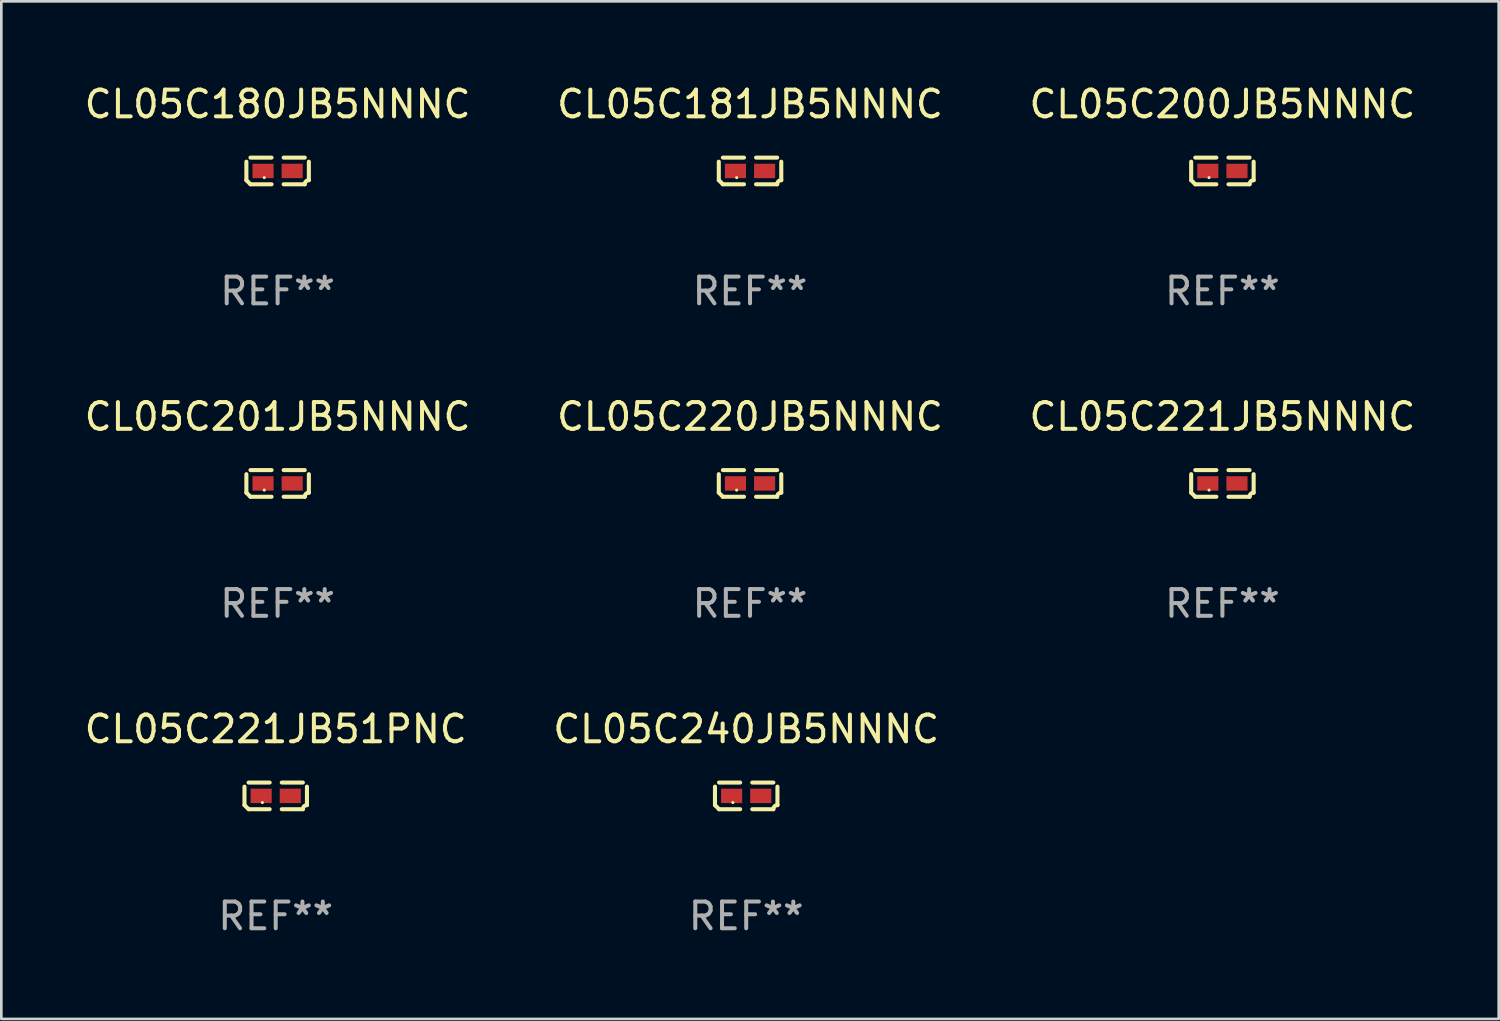
<source format=kicad_pcb>
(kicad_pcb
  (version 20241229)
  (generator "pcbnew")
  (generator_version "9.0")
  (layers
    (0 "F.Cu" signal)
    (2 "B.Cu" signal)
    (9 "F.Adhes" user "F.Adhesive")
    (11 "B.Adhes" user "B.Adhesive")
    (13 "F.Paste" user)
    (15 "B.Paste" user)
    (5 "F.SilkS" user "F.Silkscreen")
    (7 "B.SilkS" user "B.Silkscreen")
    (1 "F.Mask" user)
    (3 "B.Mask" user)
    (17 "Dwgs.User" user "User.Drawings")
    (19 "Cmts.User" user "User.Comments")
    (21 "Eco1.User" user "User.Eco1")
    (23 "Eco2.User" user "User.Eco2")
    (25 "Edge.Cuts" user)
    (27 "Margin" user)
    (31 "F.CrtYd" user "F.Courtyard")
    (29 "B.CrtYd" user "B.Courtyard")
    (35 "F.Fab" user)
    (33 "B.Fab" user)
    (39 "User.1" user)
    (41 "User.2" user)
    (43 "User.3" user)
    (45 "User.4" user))
  (footprint "CL05C221JB51PNC"
    (layer "F.Cu")
    (at 7.268 26.734)
    (property "Reference" "CL05C221JB51PNC" (at 0 -2.499 0) (layer "F.SilkS") (effects (font (size 1 1) (thickness 0.15))))
    (attr through_hole)
    (fp_line (start -1.169 0.346) (end -1.169 -0.346) (stroke (width 0.152) (type solid)) (layer "F.SilkS"))
    (fp_line (start -1.016 -0.499) (end -0.226 -0.499) (stroke (width 0.152) (type solid)) (layer "F.SilkS"))
    (fp_line (start -0.226 0.499) (end -1.016 0.499) (stroke (width 0.152) (type solid)) (layer "F.SilkS"))
    (fp_line (start 0.226 0.499) (end 1.016 0.499) (stroke (width 0.152) (type solid)) (layer "F.SilkS"))
    (fp_line (start 1.016 -0.499) (end 0.226 -0.499) (stroke (width 0.152) (type solid)) (layer "F.SilkS"))
    (fp_line (start 1.169 0.346) (end 1.169 -0.346) (stroke (width 0.152) (type solid)) (layer "F.SilkS"))
    (fp_arc (start -1.016307 0.498603) (mid -1.092512 0.422405) (end -1.16871 0.3462) (stroke (width 0.1524) (type solid)) (layer "F.SilkS"))
    (fp_arc (start 1.016307 0.498603) (mid 1.060899 0.390758) (end 1.168707 0.346076) (stroke (width 0.1524) (type solid)) (layer "F.SilkS"))
    (fp_circle (center -0.5 0.25) (end -0.47 0.25) (stroke (width 0.06) (type solid)) (fill no) (layer "F.SilkS"))
    (fp_text user "REF**" (at 0 4.499 0) (layer "F.Fab") (effects (font (size 1 1) (thickness 0.15))))
    (pad "1" smd rect (at -0.545 0) (size 0.79 0.54) (layers "F.Cu" "F.Mask" "F.Paste"))
    (pad "2" smd rect (at 0.545 0) (size 0.79 0.54) (layers "F.Cu" "F.Mask" "F.Paste")))
  (footprint "CL05C220JB5NNNC"
    (layer "F.Cu")
    (at 25.018 15.041)
    (property "Reference" "CL05C220JB5NNNC" (at 0 -2.499 0) (layer "F.SilkS") (effects (font (size 1 1) (thickness 0.15))))
    (attr through_hole)
    (fp_line (start -1.169 0.346) (end -1.169 -0.346) (stroke (width 0.152) (type solid)) (layer "F.SilkS"))
    (fp_line (start -1.016 -0.499) (end -0.226 -0.499) (stroke (width 0.152) (type solid)) (layer "F.SilkS"))
    (fp_line (start -0.226 0.499) (end -1.016 0.499) (stroke (width 0.152) (type solid)) (layer "F.SilkS"))
    (fp_line (start 0.226 0.499) (end 1.016 0.499) (stroke (width 0.152) (type solid)) (layer "F.SilkS"))
    (fp_line (start 1.016 -0.499) (end 0.226 -0.499) (stroke (width 0.152) (type solid)) (layer "F.SilkS"))
    (fp_line (start 1.169 0.346) (end 1.169 -0.346) (stroke (width 0.152) (type solid)) (layer "F.SilkS"))
    (fp_arc (start -1.016307 0.498603) (mid -1.092512 0.422405) (end -1.16871 0.3462) (stroke (width 0.1524) (type solid)) (layer "F.SilkS"))
    (fp_arc (start 1.016307 0.498603) (mid 1.060899 0.390758) (end 1.168707 0.346076) (stroke (width 0.1524) (type solid)) (layer "F.SilkS"))
    (fp_circle (center -0.5 0.25) (end -0.47 0.25) (stroke (width 0.06) (type solid)) (fill no) (layer "F.SilkS"))
    (fp_text user "REF**" (at 0 4.499 0) (layer "F.Fab") (effects (font (size 1 1) (thickness 0.15))))
    (pad "1" smd rect (at -0.545 0) (size 0.79 0.54) (layers "F.Cu" "F.Mask" "F.Paste"))
    (pad "2" smd rect (at 0.545 0) (size 0.79 0.54) (layers "F.Cu" "F.Mask" "F.Paste")))
  (footprint "CL05C240JB5NNNC"
    (layer "F.Cu")
    (at 24.875 26.734)
    (property "Reference" "CL05C240JB5NNNC" (at 0 -2.499 0) (layer "F.SilkS") (effects (font (size 1 1) (thickness 0.15))))
    (attr through_hole)
    (fp_line (start -1.169 0.346) (end -1.169 -0.346) (stroke (width 0.152) (type solid)) (layer "F.SilkS"))
    (fp_line (start -1.016 -0.499) (end -0.226 -0.499) (stroke (width 0.152) (type solid)) (layer "F.SilkS"))
    (fp_line (start -0.226 0.499) (end -1.016 0.499) (stroke (width 0.152) (type solid)) (layer "F.SilkS"))
    (fp_line (start 0.226 0.499) (end 1.016 0.499) (stroke (width 0.152) (type solid)) (layer "F.SilkS"))
    (fp_line (start 1.016 -0.499) (end 0.226 -0.499) (stroke (width 0.152) (type solid)) (layer "F.SilkS"))
    (fp_line (start 1.169 0.346) (end 1.169 -0.346) (stroke (width 0.152) (type solid)) (layer "F.SilkS"))
    (fp_arc (start -1.016307 0.498603) (mid -1.092512 0.422405) (end -1.16871 0.3462) (stroke (width 0.1524) (type solid)) (layer "F.SilkS"))
    (fp_arc (start 1.016307 0.498603) (mid 1.060899 0.390758) (end 1.168707 0.346076) (stroke (width 0.1524) (type solid)) (layer "F.SilkS"))
    (fp_circle (center -0.5 0.25) (end -0.47 0.25) (stroke (width 0.06) (type solid)) (fill no) (layer "F.SilkS"))
    (fp_text user "REF**" (at 0 4.499 0) (layer "F.Fab") (effects (font (size 1 1) (thickness 0.15))))
    (pad "1" smd rect (at -0.545 0) (size 0.79 0.54) (layers "F.Cu" "F.Mask" "F.Paste"))
    (pad "2" smd rect (at 0.545 0) (size 0.79 0.54) (layers "F.Cu" "F.Mask" "F.Paste")))
  (footprint "CL05C200JB5NNNC"
    (layer "F.Cu")
    (at 42.696 3.347)
    (property "Reference" "CL05C200JB5NNNC" (at 0 -2.499 0) (layer "F.SilkS") (effects (font (size 1 1) (thickness 0.15))))
    (attr through_hole)
    (fp_line (start -1.169 0.346) (end -1.169 -0.346) (stroke (width 0.152) (type solid)) (layer "F.SilkS"))
    (fp_line (start -1.016 -0.499) (end -0.226 -0.499) (stroke (width 0.152) (type solid)) (layer "F.SilkS"))
    (fp_line (start -0.226 0.499) (end -1.016 0.499) (stroke (width 0.152) (type solid)) (layer "F.SilkS"))
    (fp_line (start 0.226 0.499) (end 1.016 0.499) (stroke (width 0.152) (type solid)) (layer "F.SilkS"))
    (fp_line (start 1.016 -0.499) (end 0.226 -0.499) (stroke (width 0.152) (type solid)) (layer "F.SilkS"))
    (fp_line (start 1.169 0.346) (end 1.169 -0.346) (stroke (width 0.152) (type solid)) (layer "F.SilkS"))
    (fp_arc (start -1.016307 0.498603) (mid -1.092512 0.422405) (end -1.16871 0.3462) (stroke (width 0.1524) (type solid)) (layer "F.SilkS"))
    (fp_arc (start 1.016307 0.498603) (mid 1.060899 0.390758) (end 1.168707 0.346076) (stroke (width 0.1524) (type solid)) (layer "F.SilkS"))
    (fp_circle (center -0.5 0.25) (end -0.47 0.25) (stroke (width 0.06) (type solid)) (fill no) (layer "F.SilkS"))
    (fp_text user "REF**" (at 0 4.499 0) (layer "F.Fab") (effects (font (size 1 1) (thickness 0.15))))
    (pad "1" smd rect (at -0.545 0) (size 0.79 0.54) (layers "F.Cu" "F.Mask" "F.Paste"))
    (pad "2" smd rect (at 0.545 0) (size 0.79 0.54) (layers "F.Cu" "F.Mask" "F.Paste")))
  (footprint "CL05C221JB5NNNC"
    (layer "F.Cu")
    (at 42.696 15.041)
    (property "Reference" "CL05C221JB5NNNC" (at 0 -2.499 0) (layer "F.SilkS") (effects (font (size 1 1) (thickness 0.15))))
    (attr through_hole)
    (fp_line (start -1.169 0.346) (end -1.169 -0.346) (stroke (width 0.152) (type solid)) (layer "F.SilkS"))
    (fp_line (start -1.016 -0.499) (end -0.226 -0.499) (stroke (width 0.152) (type solid)) (layer "F.SilkS"))
    (fp_line (start -0.226 0.499) (end -1.016 0.499) (stroke (width 0.152) (type solid)) (layer "F.SilkS"))
    (fp_line (start 0.226 0.499) (end 1.016 0.499) (stroke (width 0.152) (type solid)) (layer "F.SilkS"))
    (fp_line (start 1.016 -0.499) (end 0.226 -0.499) (stroke (width 0.152) (type solid)) (layer "F.SilkS"))
    (fp_line (start 1.169 0.346) (end 1.169 -0.346) (stroke (width 0.152) (type solid)) (layer "F.SilkS"))
    (fp_arc (start -1.016307 0.498603) (mid -1.092512 0.422405) (end -1.16871 0.3462) (stroke (width 0.1524) (type solid)) (layer "F.SilkS"))
    (fp_arc (start 1.016307 0.498603) (mid 1.060899 0.390758) (end 1.168707 0.346076) (stroke (width 0.1524) (type solid)) (layer "F.SilkS"))
    (fp_circle (center -0.5 0.25) (end -0.47 0.25) (stroke (width 0.06) (type solid)) (fill no) (layer "F.SilkS"))
    (fp_text user "REF**" (at 0 4.499 0) (layer "F.Fab") (effects (font (size 1 1) (thickness 0.15))))
    (pad "1" smd rect (at -0.545 0) (size 0.79 0.54) (layers "F.Cu" "F.Mask" "F.Paste"))
    (pad "2" smd rect (at 0.545 0) (size 0.79 0.54) (layers "F.Cu" "F.Mask" "F.Paste")))
  (footprint "CL05C201JB5NNNC"
    (layer "F.Cu")
    (at 7.339 15.041)
    (property "Reference" "CL05C201JB5NNNC" (at 0 -2.499 0) (layer "F.SilkS") (effects (font (size 1 1) (thickness 0.15))))
    (attr through_hole)
    (fp_line (start -1.169 0.346) (end -1.169 -0.346) (stroke (width 0.152) (type solid)) (layer "F.SilkS"))
    (fp_line (start -1.016 -0.499) (end -0.226 -0.499) (stroke (width 0.152) (type solid)) (layer "F.SilkS"))
    (fp_line (start -0.226 0.499) (end -1.016 0.499) (stroke (width 0.152) (type solid)) (layer "F.SilkS"))
    (fp_line (start 0.226 0.499) (end 1.016 0.499) (stroke (width 0.152) (type solid)) (layer "F.SilkS"))
    (fp_line (start 1.016 -0.499) (end 0.226 -0.499) (stroke (width 0.152) (type solid)) (layer "F.SilkS"))
    (fp_line (start 1.169 0.346) (end 1.169 -0.346) (stroke (width 0.152) (type solid)) (layer "F.SilkS"))
    (fp_arc (start -1.016307 0.498603) (mid -1.092512 0.422405) (end -1.16871 0.3462) (stroke (width 0.1524) (type solid)) (layer "F.SilkS"))
    (fp_arc (start 1.016307 0.498603) (mid 1.060899 0.390758) (end 1.168707 0.346076) (stroke (width 0.1524) (type solid)) (layer "F.SilkS"))
    (fp_circle (center -0.5 0.25) (end -0.47 0.25) (stroke (width 0.06) (type solid)) (fill no) (layer "F.SilkS"))
    (fp_text user "REF**" (at 0 4.499 0) (layer "F.Fab") (effects (font (size 1 1) (thickness 0.15))))
    (pad "1" smd rect (at -0.545 0) (size 0.79 0.54) (layers "F.Cu" "F.Mask" "F.Paste"))
    (pad "2" smd rect (at 0.545 0) (size 0.79 0.54) (layers "F.Cu" "F.Mask" "F.Paste")))
  (footprint "CL05C180JB5NNNC"
    (layer "F.Cu")
    (at 7.339 3.347)
    (property "Reference" "CL05C180JB5NNNC" (at 0 -2.499 0) (layer "F.SilkS") (effects (font (size 1 1) (thickness 0.15))))
    (attr through_hole)
    (fp_line (start -1.169 0.346) (end -1.169 -0.346) (stroke (width 0.152) (type solid)) (layer "F.SilkS"))
    (fp_line (start -1.016 -0.499) (end -0.226 -0.499) (stroke (width 0.152) (type solid)) (layer "F.SilkS"))
    (fp_line (start -0.226 0.499) (end -1.016 0.499) (stroke (width 0.152) (type solid)) (layer "F.SilkS"))
    (fp_line (start 0.226 0.499) (end 1.016 0.499) (stroke (width 0.152) (type solid)) (layer "F.SilkS"))
    (fp_line (start 1.016 -0.499) (end 0.226 -0.499) (stroke (width 0.152) (type solid)) (layer "F.SilkS"))
    (fp_line (start 1.169 0.346) (end 1.169 -0.346) (stroke (width 0.152) (type solid)) (layer "F.SilkS"))
    (fp_arc (start -1.016307 0.498603) (mid -1.092512 0.422405) (end -1.16871 0.3462) (stroke (width 0.1524) (type solid)) (layer "F.SilkS"))
    (fp_arc (start 1.016307 0.498603) (mid 1.060899 0.390758) (end 1.168707 0.346076) (stroke (width 0.1524) (type solid)) (layer "F.SilkS"))
    (fp_circle (center -0.5 0.25) (end -0.47 0.25) (stroke (width 0.06) (type solid)) (fill no) (layer "F.SilkS"))
    (fp_text user "REF**" (at 0 4.499 0) (layer "F.Fab") (effects (font (size 1 1) (thickness 0.15))))
    (pad "1" smd rect (at -0.545 0) (size 0.79 0.54) (layers "F.Cu" "F.Mask" "F.Paste"))
    (pad "2" smd rect (at 0.545 0) (size 0.79 0.54) (layers "F.Cu" "F.Mask" "F.Paste")))
  (footprint "CL05C181JB5NNNC"
    (layer "F.Cu")
    (at 25.018 3.347)
    (property "Reference" "CL05C181JB5NNNC" (at 0 -2.499 0) (layer "F.SilkS") (effects (font (size 1 1) (thickness 0.15))))
    (attr through_hole)
    (fp_line (start -1.169 0.346) (end -1.169 -0.346) (stroke (width 0.152) (type solid)) (layer "F.SilkS"))
    (fp_line (start -1.016 -0.499) (end -0.226 -0.499) (stroke (width 0.152) (type solid)) (layer "F.SilkS"))
    (fp_line (start -0.226 0.499) (end -1.016 0.499) (stroke (width 0.152) (type solid)) (layer "F.SilkS"))
    (fp_line (start 0.226 0.499) (end 1.016 0.499) (stroke (width 0.152) (type solid)) (layer "F.SilkS"))
    (fp_line (start 1.016 -0.499) (end 0.226 -0.499) (stroke (width 0.152) (type solid)) (layer "F.SilkS"))
    (fp_line (start 1.169 0.346) (end 1.169 -0.346) (stroke (width 0.152) (type solid)) (layer "F.SilkS"))
    (fp_arc (start -1.016307 0.498603) (mid -1.092512 0.422405) (end -1.16871 0.3462) (stroke (width 0.1524) (type solid)) (layer "F.SilkS"))
    (fp_arc (start 1.016307 0.498603) (mid 1.060899 0.390758) (end 1.168707 0.346076) (stroke (width 0.1524) (type solid)) (layer "F.SilkS"))
    (fp_circle (center -0.5 0.25) (end -0.47 0.25) (stroke (width 0.06) (type solid)) (fill no) (layer "F.SilkS"))
    (fp_text user "REF**" (at 0 4.499 0) (layer "F.Fab") (effects (font (size 1 1) (thickness 0.15))))
    (pad "1" smd rect (at -0.545 0) (size 0.79 0.54) (layers "F.Cu" "F.Mask" "F.Paste"))
    (pad "2" smd rect (at 0.545 0) (size 0.79 0.54) (layers "F.Cu" "F.Mask" "F.Paste")))
  (gr_rect
    (start -3 -3)
    (end 53.036 35.081)
    (stroke (width 0.1) (type default))
    (fill no)
    (layer "Edge.Cuts")))
</source>
